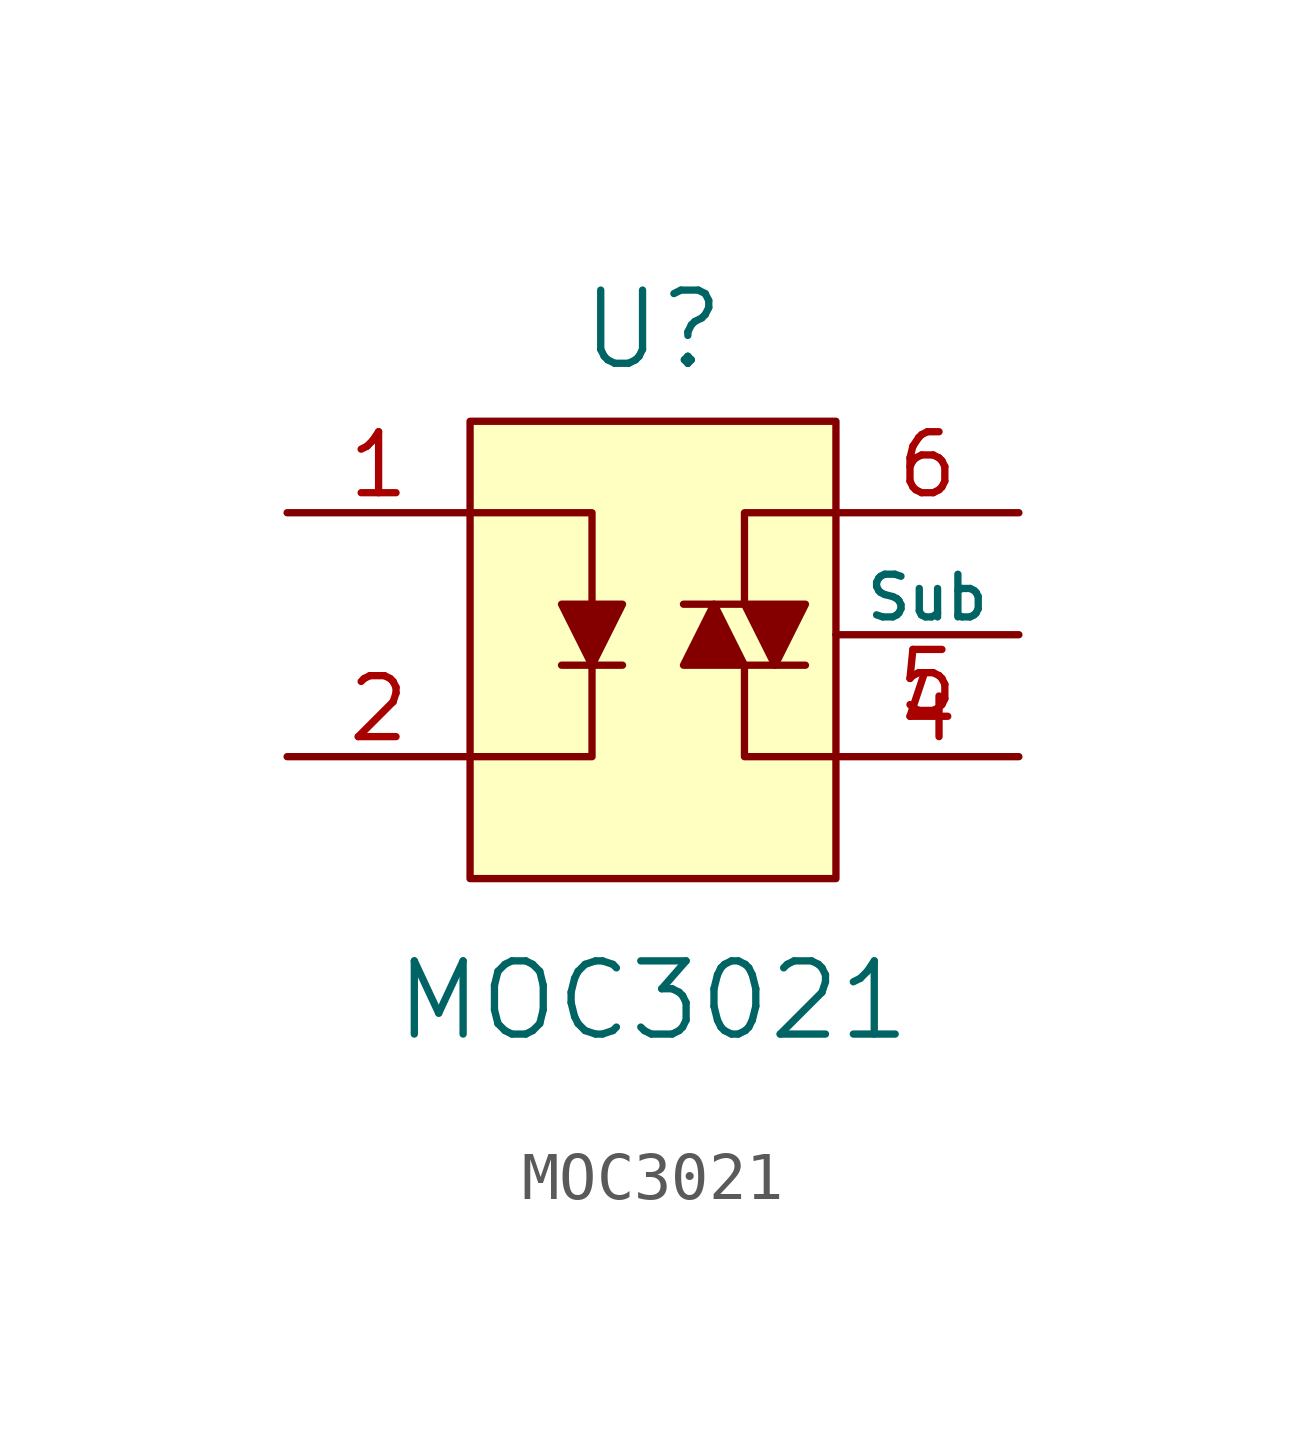
<source format=kicad_sym>
(kicad_symbol_lib
  (version 20220914)
  (generator kicad_symbol_editor)
  (symbol "MOC3021"
    (pin_names
      (offset 0))
    (property "Reference" "U"
      (at 0 6.35 0)
      (effects (font (size 1.524 1.524))))
    (property "Value" "MOC3021"
      (at 0 -7.62 0)
      (effects (font (size 1.524 1.524))))
    (symbol "MOC3021_0_1"
      (rectangle (start -3.81 4.445) (end 3.81 -5.08) (stroke (width 0) (type default)) (fill (type background)))
      (polyline (pts (xy -1.905 -0.635) (xy -0.635 -0.635)) (stroke (width 0) (type default)) (fill (type none)))
      (polyline (pts (xy 1.905 -0.635) (xy 3.175 -0.635)) (stroke (width 0) (type default)) (fill (type none)))
      (polyline (pts (xy 1.905 0.635) (xy 0.635 0.635)) (stroke (width 0) (type default)) (fill (type none)))
      (polyline (pts (xy 1.905 -0.635) (xy 1.905 -2.54) (xy 3.81 -2.54)) (stroke (width 0) (type default)) (fill (type none)))
      (polyline (pts (xy 3.81 2.54) (xy 1.905 2.54) (xy 1.905 0.635)) (stroke (width 0) (type default)) (fill (type none)))
      (polyline (pts (xy -3.81 2.54) (xy -1.27 2.54) (xy -1.27 -2.54) (xy -3.81 -2.54)) (stroke (width 0) (type default)) (fill (type none)))
      (polyline (pts (xy -1.905 0.635) (xy -1.27 -0.635) (xy -0.635 0.635) (xy -1.905 0.635)) (stroke (width 0) (type default)) (fill (type outline)))
      (polyline (pts (xy 0.635 -0.635) (xy 1.27 0.635) (xy 1.905 -0.635) (xy 0.635 -0.635)) (stroke (width 0) (type default)) (fill (type outline)))
      (polyline (pts (xy 1.905 0.635) (xy 2.54 -0.635) (xy 3.175 0.635) (xy 1.905 0.635)) (stroke (width 0) (type default)) (fill (type outline))))
    (symbol "MOC3021_1_1"
      (pin passive line (at -7.62 2.54 0) (length 3.81) (name "~" (effects (font (size 1.27 1.27)))) (number "1" (effects (font (size 1.27 1.27)))))
      (pin passive line (at -7.62 -2.54 0) (length 3.81) (name "~" (effects (font (size 1.27 1.27)))) (number "2" (effects (font (size 1.27 1.27)))))
      (pin no_connect line (at 0 -5.08 90) (length 3.81) hide (name "NC" (effects (font (size 1.016 1.016)))) (number "3" (effects (font (size 1.27 1.27)))))
      (pin passive line (at 7.62 -2.54 180) (length 3.81) (name "~" (effects (font (size 1.27 1.27)))) (number "4" (effects (font (size 1.27 1.27)))))
      (pin passive line (at 7.62 0 180) (length 3.81) (name "Sub" (effects (font (size 0.889 0.889)))) (number "5" (effects (font (size 1.27 1.27)))))
      (pin passive line (at 7.62 2.54 180) (length 3.81) (name "~" (effects (font (size 1.27 1.27)))) (number "6" (effects (font (size 1.27 1.27))))))))
</source>
